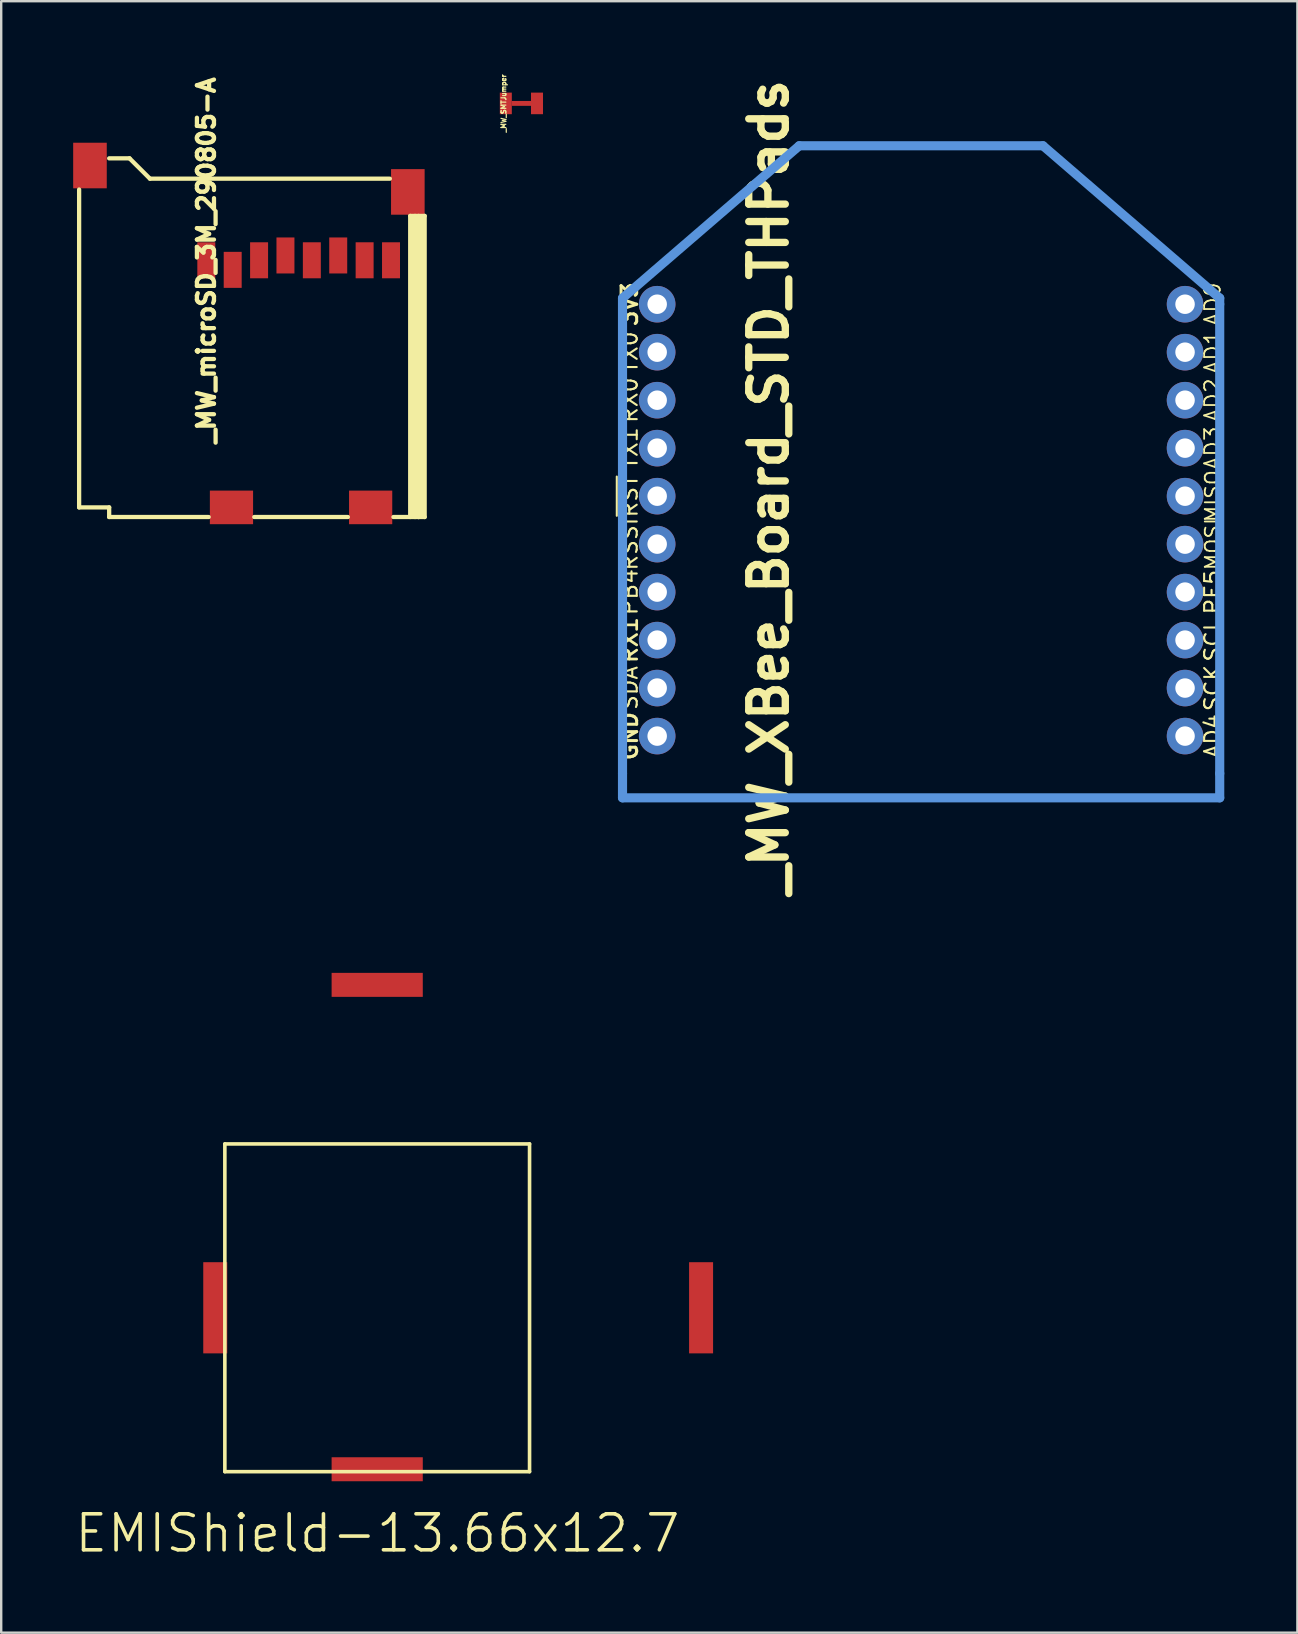
<source format=kicad_pcb>
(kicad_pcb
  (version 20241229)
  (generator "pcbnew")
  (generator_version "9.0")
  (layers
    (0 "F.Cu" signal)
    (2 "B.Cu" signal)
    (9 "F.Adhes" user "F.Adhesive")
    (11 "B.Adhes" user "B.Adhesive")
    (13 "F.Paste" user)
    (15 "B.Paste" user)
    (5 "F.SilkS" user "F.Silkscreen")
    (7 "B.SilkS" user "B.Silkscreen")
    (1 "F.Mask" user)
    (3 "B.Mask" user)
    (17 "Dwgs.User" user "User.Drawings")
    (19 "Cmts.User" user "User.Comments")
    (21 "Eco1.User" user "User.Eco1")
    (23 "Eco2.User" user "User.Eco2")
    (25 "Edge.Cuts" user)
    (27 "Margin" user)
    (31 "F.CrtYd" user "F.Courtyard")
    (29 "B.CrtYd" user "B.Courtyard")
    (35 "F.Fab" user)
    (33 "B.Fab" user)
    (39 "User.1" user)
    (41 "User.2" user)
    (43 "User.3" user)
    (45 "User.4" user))
  (footprint "_MW_XBee_Board_STD_THPads"
    (layer "F.Cu")
    (at 35.343 9.63)
    (property "Reference" "_MW_XBee_Board_STD_THPads" (at -6.35 7.62 90) (layer "F.SilkS") (effects (font (size 1.524 1.524) (thickness 0.305))))
    (attr through_hole)
    (fp_line (start -12.446 -0.254) (end -5.08 -6.604) (stroke (width 0.381) (type solid)) (layer "Cmts.User"))
    (fp_line (start -12.446 19.558) (end -12.446 -0.254) (stroke (width 0.381) (type solid)) (layer "Cmts.User"))
    (fp_line (start -12.446 19.558) (end -12.446 20.574) (stroke (width 0.381) (type solid)) (layer "Cmts.User"))
    (fp_line (start -12.446 20.574) (end 12.446 20.574) (stroke (width 0.381) (type solid)) (layer "Cmts.User"))
    (fp_line (start -5.08 -6.604) (end 5.08 -6.604) (stroke (width 0.381) (type solid)) (layer "Cmts.User"))
    (fp_line (start 12.446 -0.254) (end 5.08 -6.604) (stroke (width 0.381) (type solid)) (layer "Cmts.User"))
    (fp_line (start 12.446 0) (end 12.446 -0.254) (stroke (width 0.381) (type solid)) (layer "Cmts.User"))
    (fp_line (start 12.446 19.558) (end 12.446 0) (stroke (width 0.381) (type solid)) (layer "Cmts.User"))
    (fp_line (start 12.446 19.558) (end 12.446 20.574) (stroke (width 0.381) (type solid)) (layer "Cmts.User"))
    (fp_text user "SDA" (at -12.15 15.999 90) (layer "F.SilkS") (effects (font (size 0.65 0.65) (thickness 0.087))))
    (fp_text user "RSSI" (at -12.15 10 90) (layer "F.SilkS") (effects (font (size 0.65 0.65) (thickness 0.087))))
    (fp_text user "AD3" (at 12.15 6 90) (layer "F.SilkS") (effects (font (size 0.65 0.65) (thickness 0.075))))
    (fp_text user "PB4" (at -12.15 11.999 90) (layer "F.SilkS") (effects (font (size 0.65 0.65) (thickness 0.087))))
    (fp_text user "AD4" (at 12.15 18.001 90) (layer "F.SilkS") (effects (font (size 0.65 0.65) (thickness 0.087))))
    (fp_text user "AD2" (at 12.15 4 90) (layer "F.SilkS") (effects (font (size 0.65 0.65) (thickness 0.075))))
    (fp_text user "PE5" (at 12.15 11.999 90) (layer "F.SilkS") (effects (font (size 0.65 0.65) (thickness 0.087))))
    (fp_text user "AD0" (at 12.15 0 90) (layer "F.SilkS") (effects (font (size 0.65 0.65) (thickness 0.075))))
    (fp_text user "SCK" (at 12.15 15.999 90) (layer "F.SilkS") (effects (font (size 0.65 0.65) (thickness 0.087))))
    (fp_text user "SCL" (at 12.15 14 90) (layer "F.SilkS") (effects (font (size 0.65 0.65) (thickness 0.087))))
    (fp_text user "~{RST}" (at -12.15 8.001 90) (layer "F.SilkS") (effects (font (size 0.65 0.65) (thickness 0.087))))
    (fp_text user "TX0" (at -12.15 1.999 90) (layer "F.SilkS") (effects (font (size 0.65 0.65) (thickness 0.087))))
    (fp_text user "MOSI" (at 12.15 10 90) (layer "F.SilkS") (effects (font (size 0.6 0.6) (thickness 0.075))))
    (fp_text user "AD1" (at 12.15 2 90) (layer "F.SilkS") (effects (font (size 0.65 0.65) (thickness 0.075))))
    (fp_text user "MISO" (at 12.15 8 90) (layer "F.SilkS") (effects (font (size 0.6 0.6) (thickness 0.075))))
    (fp_text user "GND" (at -12.15 18.001 90) (layer "F.SilkS") (effects (font (size 0.65 0.65) (thickness 0.125))))
    (fp_text user "TX1" (at -12.15 5.999 90) (layer "F.SilkS") (effects (font (size 0.65 0.65) (thickness 0.087))))
    (fp_text user "3V3" (at -12.15 0 90) (layer "F.SilkS") (effects (font (size 0.65 0.65) (thickness 0.125))))
    (fp_text user "RX0" (at -12.15 4 90) (layer "F.SilkS") (effects (font (size 0.65 0.65) (thickness 0.087))))
    (fp_text user "RX1" (at -12.15 14 90) (layer "F.SilkS") (effects (font (size 0.65 0.65) (thickness 0.113))))
    (pad "1" thru_hole circle (at -11.001 0) (size 1.524 1.524) (drill 0.813) (layers "*.Cu" "*.Mask"))
    (pad "2" thru_hole circle (at -11.001 1.999) (size 1.524 1.524) (drill 0.813) (layers "*.Cu" "*.Mask"))
    (pad "3" thru_hole circle (at -11.001 4) (size 1.524 1.524) (drill 0.813) (layers "*.Cu" "*.Mask"))
    (pad "4" thru_hole circle (at -11.001 5.999) (size 1.524 1.524) (drill 0.813) (layers "*.Cu" "*.Mask"))
    (pad "5" thru_hole circle (at -11.001 8.001) (size 1.524 1.524) (drill 0.813) (layers "*.Cu" "*.Mask"))
    (pad "6" thru_hole circle (at -11.001 10) (size 1.524 1.524) (drill 0.813) (layers "*.Cu" "*.Mask"))
    (pad "7" thru_hole circle (at -11.001 11.999) (size 1.524 1.524) (drill 0.813) (layers "*.Cu" "*.Mask"))
    (pad "8" thru_hole circle (at -11.001 14) (size 1.524 1.524) (drill 0.813) (layers "*.Cu" "*.Mask"))
    (pad "9" thru_hole circle (at -11.001 15.999) (size 1.524 1.524) (drill 0.813) (layers "*.Cu" "*.Mask"))
    (pad "10" thru_hole circle (at -11.001 18.001) (size 1.524 1.524) (drill 0.813) (layers "*.Cu" "*.Mask"))
    (pad "11" thru_hole circle (at 11.001 18.001) (size 1.524 1.524) (drill 0.813) (layers "*.Cu" "*.Mask"))
    (pad "12" thru_hole circle (at 11.001 15.999) (size 1.524 1.524) (drill 0.813) (layers "*.Cu" "*.Mask"))
    (pad "13" thru_hole circle (at 11.001 14) (size 1.524 1.524) (drill 0.813) (layers "*.Cu" "*.Mask"))
    (pad "14" thru_hole circle (at 11.001 11.999) (size 1.524 1.524) (drill 0.813) (layers "*.Cu" "*.Mask"))
    (pad "15" thru_hole circle (at 11.001 10) (size 1.524 1.524) (drill 0.813) (layers "*.Cu" "*.Mask"))
    (pad "16" thru_hole circle (at 11.001 8.001) (size 1.524 1.524) (drill 0.813) (layers "*.Cu" "*.Mask"))
    (pad "17" thru_hole circle (at 11.001 5.999) (size 1.524 1.524) (drill 0.813) (layers "*.Cu" "*.Mask"))
    (pad "18" thru_hole circle (at 11.001 4) (size 1.524 1.524) (drill 0.813) (layers "*.Cu" "*.Mask"))
    (pad "19" thru_hole circle (at 11.001 1.999) (size 1.524 1.524) (drill 0.813) (layers "*.Cu" "*.Mask"))
    (pad "20" thru_hole circle (at 11.001 0) (size 1.524 1.524) (drill 0.813) (layers "*.Cu" "*.Mask")))
  (footprint "_MW_microSD_3M_290805-A"
    (layer "F.Cu")
    (at 7.464 10.749)
    (property "Reference" "_MW_microSD_3M_290805-A" (at -1.915 -2.95 90) (layer "F.SilkS") (effects (font (size 0.711 0.711) (thickness 0.178))))
    (attr smd)
    (fp_line (start -7.216 -5.899) (end -7.216 7.35) (stroke (width 0.178) (type solid)) (layer "F.SilkS"))
    (fp_line (start -7.216 7.35) (end -5.964 7.35) (stroke (width 0.178) (type solid)) (layer "F.SilkS"))
    (fp_line (start -5.964 7.751) (end -5.964 7.35) (stroke (width 0.178) (type solid)) (layer "F.SilkS"))
    (fp_line (start -5.115 -7.199) (end -5.964 -7.199) (stroke (width 0.178) (type solid)) (layer "F.SilkS"))
    (fp_line (start -4.264 -6.351) (end -5.115 -7.199) (stroke (width 0.178) (type solid)) (layer "F.SilkS"))
    (fp_line (start -1.816 7.751) (end -5.964 7.751) (stroke (width 0.178) (type solid)) (layer "F.SilkS"))
    (fp_line (start 3.985 7.751) (end 0.084 7.751) (stroke (width 0.178) (type solid)) (layer "F.SilkS"))
    (fp_line (start 5.735 -6.351) (end -4.264 -6.351) (stroke (width 0.178) (type solid)) (layer "F.SilkS"))
    (fp_line (start 6.584 -4.799) (end 6.584 7.751) (stroke (width 0.178) (type solid)) (layer "F.SilkS"))
    (fp_line (start 6.685 7.7) (end 6.685 -4.751) (stroke (width 0.178) (type solid)) (layer "F.SilkS"))
    (fp_line (start 6.785 -4.799) (end 6.785 7.751) (stroke (width 0.178) (type solid)) (layer "F.SilkS"))
    (fp_line (start 6.934 -4.799) (end 6.934 7.751) (stroke (width 0.178) (type solid)) (layer "F.SilkS"))
    (fp_line (start 6.934 7.751) (end 5.885 7.751) (stroke (width 0.178) (type solid)) (layer "F.SilkS"))
    (fp_line (start 7.036 7.7) (end 7.036 -4.751) (stroke (width 0.178) (type solid)) (layer "F.SilkS"))
    (fp_line (start 7.186 -4.799) (end 6.584 -4.799) (stroke (width 0.178) (type solid)) (layer "F.SilkS"))
    (fp_line (start 7.186 -4.799) (end 7.186 7.751) (stroke (width 0.178) (type solid)) (layer "F.SilkS"))
    (fp_line (start 7.186 7.751) (end 6.934 7.751) (stroke (width 0.178) (type solid)) (layer "F.SilkS"))
    (pad "" smd rect (at -0.866 7.35) (size 1.801 1.4) (layers "F.Cu" "F.Mask" "F.Paste"))
    (pad "" smd rect (at 4.935 7.35) (size 1.801 1.4) (layers "F.Cu" "F.Mask" "F.Paste"))
    (pad "1" smd rect (at -1.915 -2.95) (size 0.749 1.501) (layers "F.Cu" "F.Mask" "F.Paste"))
    (pad "2" smd rect (at -0.815 -2.551) (size 0.749 1.501) (layers "F.Cu" "F.Mask" "F.Paste"))
    (pad "3" smd rect (at 0.285 -2.95) (size 0.749 1.501) (layers "F.Cu" "F.Mask" "F.Paste"))
    (pad "4" smd rect (at 1.384 -3.151) (size 0.749 1.501) (layers "F.Cu" "F.Mask" "F.Paste"))
    (pad "5" smd rect (at 2.484 -2.95) (size 0.749 1.501) (layers "F.Cu" "F.Mask" "F.Paste"))
    (pad "6" smd rect (at 3.584 -3.151) (size 0.749 1.501) (layers "F.Cu" "F.Mask" "F.Paste"))
    (pad "7" smd rect (at 4.684 -2.95) (size 0.749 1.501) (layers "F.Cu" "F.Mask" "F.Paste"))
    (pad "8" smd rect (at 5.784 -2.95) (size 0.749 1.501) (layers "F.Cu" "F.Mask" "F.Paste"))
    (pad "9" smd rect (at -6.764 -6.9) (size 1.4 1.9) (layers "F.Cu" "F.Mask" "F.Paste"))
    (pad "9" smd rect (at 6.485 -5.8) (size 1.4 1.9) (layers "F.Cu" "F.Mask" "F.Paste")))
  (footprint "EMIShield-13.66x12.7"
    (layer "F.Cu")
    (at 12.672 51.46)
    (property "Reference" "EMIShield-13.66x12.7" (at 0.01 9.4 0) (layer "F.SilkS") (effects (font (size 1.5 1.5) (thickness 0.15))))
    (attr through_hole)
    (fp_line (start -6.35 6.83) (end -6.35 -6.83) (stroke (width 0.15) (type solid)) (layer "F.SilkS"))
    (fp_line (start -6.35 6.83) (end 6.35 6.83) (stroke (width 0.15) (type solid)) (layer "F.SilkS"))
    (fp_line (start 6.35 -6.83) (end -6.35 -6.83) (stroke (width 0.15) (type solid)) (layer "F.SilkS"))
    (fp_line (start 6.35 6.83) (end 6.35 -6.83) (stroke (width 0.15) (type solid)) (layer "F.SilkS"))
    (pad "1" smd rect (at -6.75 0) (size 1 3.8) (layers "F.Cu" "F.Mask" "F.Paste"))
    (pad "1" smd rect (at 0 -13.46) (size 3.8 1) (layers "F.Cu" "F.Mask" "F.Paste"))
    (pad "1" smd rect (at 0 6.73) (size 3.8 1) (layers "F.Cu" "F.Mask" "F.Paste"))
    (pad "1" smd rect (at 13.5 0) (size 1 3.8) (layers "F.Cu" "F.Mask" "F.Paste")))
  (footprint "_MW_SMTJumper"
    (layer "F.Cu")
    (at 18.683 1.26)
    (property "Reference" "_MW_SMTJumper" (at -0.74 0 90) (layer "F.SilkS") (effects (font (size 0.2 0.2) (thickness 0.05))))
    (attr smd)
    (pad "" smd rect (at 0 0) (size 0.8 0.203) (layers "F.Cu" "F.Mask"))
    (pad "1" smd rect (at -0.65 0) (size 0.5 0.9) (layers "F.Cu" "F.Mask"))
    (pad "2" smd rect (at 0.65 0) (size 0.5 0.9) (layers "F.Cu" "F.Mask")))
  (gr_rect
    (start -3 -3)
    (end 51.027 65.001)
    (stroke (width 0.1) (type default))
    (fill no)
    (layer "Edge.Cuts")))
</source>
